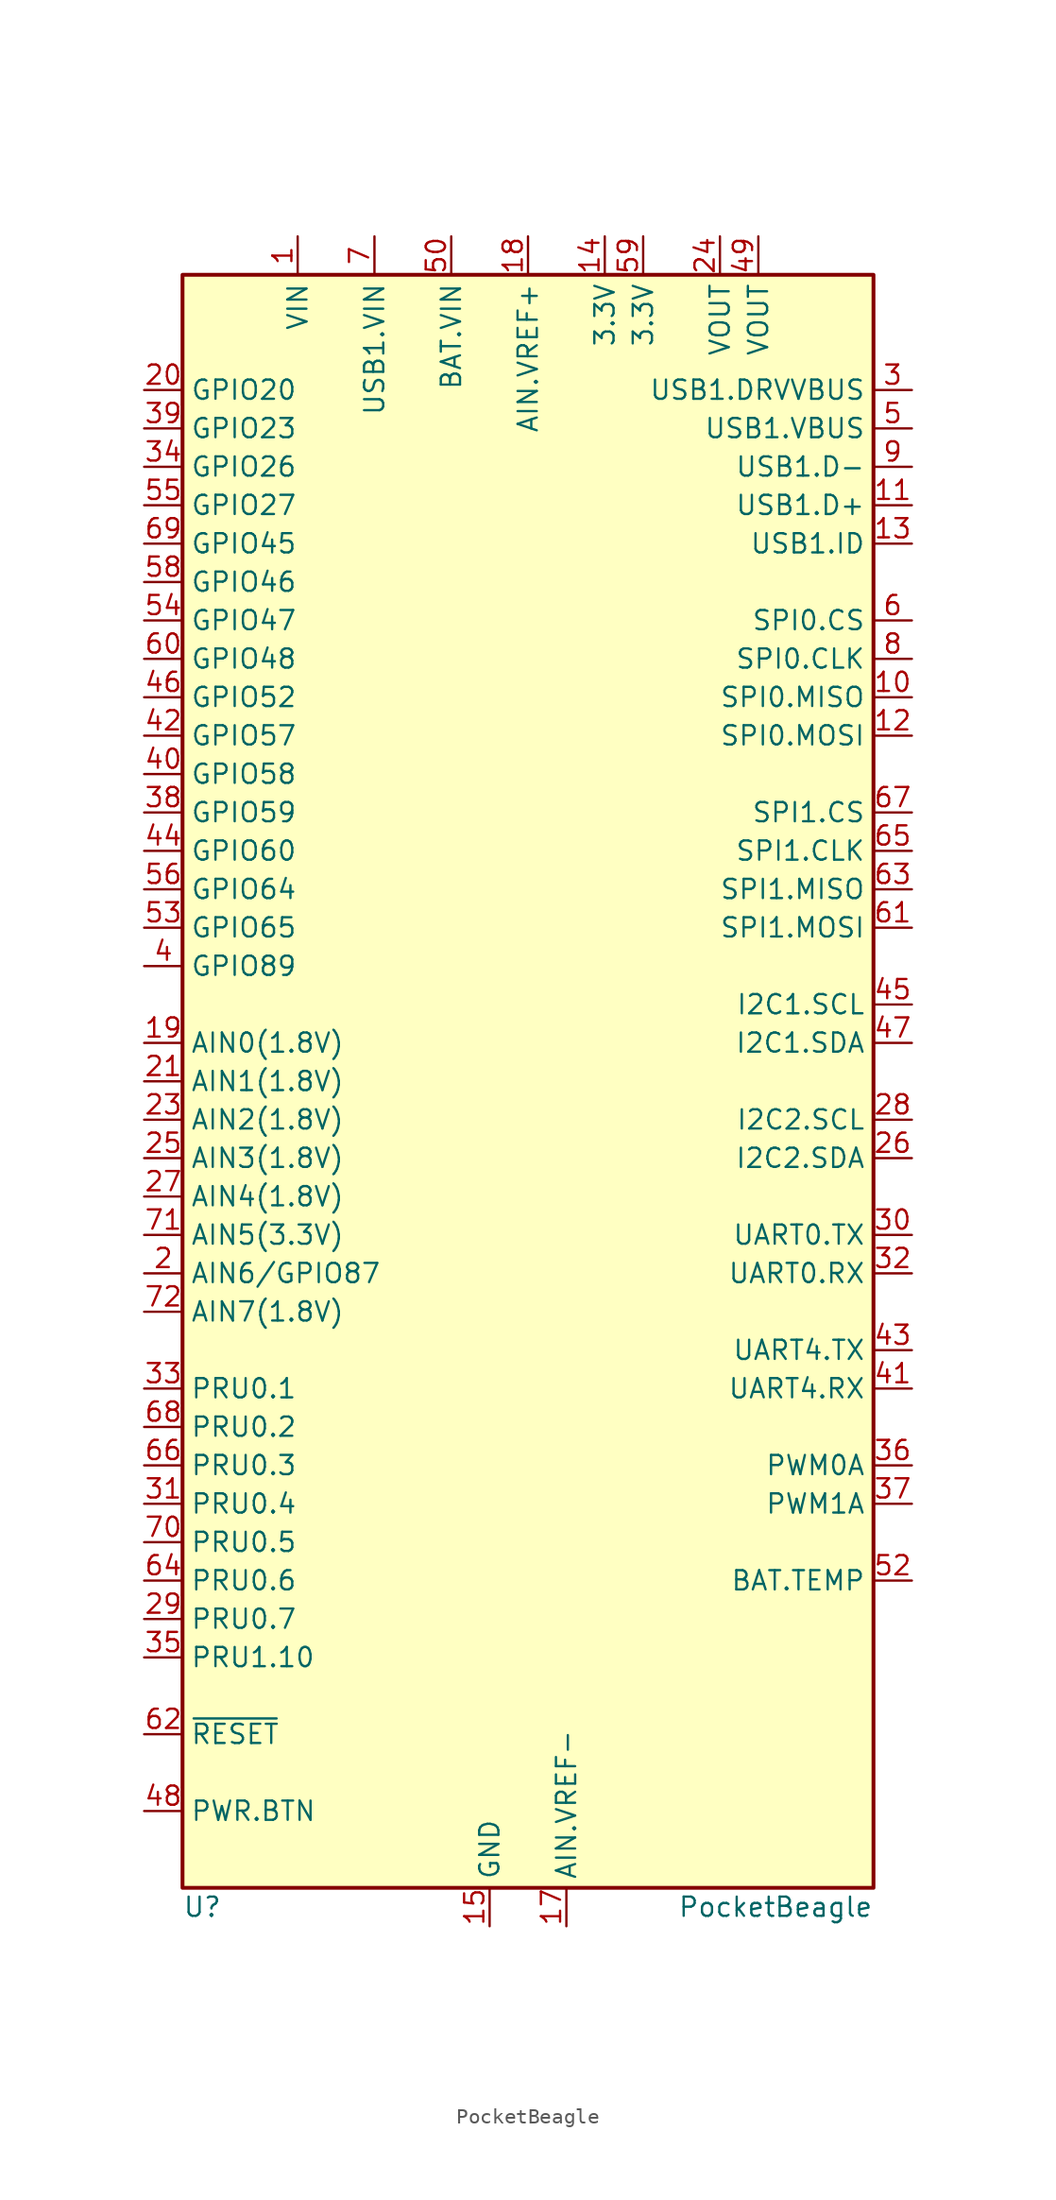
<source format=kicad_sym>
(kicad_symbol_lib
  (version 20201005)
  (generator kicad_symbol_editor)
  (symbol "MCU_Module:PocketBeagle"
    (property "Reference" "U"
      (at -22.86 -54.61 0)
      (effects (font (size 1.27 1.27)) (justify left)))
    (property "Value" "PocketBeagle"
      (at 22.86 -54.61 0)
      (effects (font (size 1.27 1.27)) (justify right)))
    (symbol "PocketBeagle_0_1"
      (rectangle (start -22.86 53.34) (end 22.86 -53.34) (stroke (width 0.254)) (fill (type background))))
    (symbol "PocketBeagle_1_1"
      (pin power_in line (at -15.24 55.88 270) (length 2.54) (name "VIN" (effects (font (size 1.27 1.27)))) (number "1" (effects (font (size 1.27 1.27)))))
      (pin bidirectional line (at 25.4 25.4 180) (length 2.54) (name "SPI0.MISO" (effects (font (size 1.27 1.27)))) (number "10" (effects (font (size 1.27 1.27)))))
      (pin bidirectional line (at 25.4 38.1 180) (length 2.54) (name "USB1.D+" (effects (font (size 1.27 1.27)))) (number "11" (effects (font (size 1.27 1.27)))))
      (pin bidirectional line (at 25.4 22.86 180) (length 2.54) (name "SPI0.MOSI" (effects (font (size 1.27 1.27)))) (number "12" (effects (font (size 1.27 1.27)))))
      (pin input line (at 25.4 35.56 180) (length 2.54) (name "USB1.ID" (effects (font (size 1.27 1.27)))) (number "13" (effects (font (size 1.27 1.27)))))
      (pin power_out line (at 5.08 55.88 270) (length 2.54) (name "3.3V" (effects (font (size 1.27 1.27)))) (number "14" (effects (font (size 1.27 1.27)))))
      (pin power_in line (at -2.54 -55.88 90) (length 2.54) (name "GND" (effects (font (size 1.27 1.27)))) (number "15" (effects (font (size 1.27 1.27)))))
      (pin passive line (at -2.54 -55.88 90) (length 2.54) hide (name "GND" (effects (font (size 1.27 1.27)))) (number "16" (effects (font (size 1.27 1.27)))))
      (pin power_in line (at 2.54 -55.88 90) (length 2.54) (name "AIN.VREF-" (effects (font (size 1.27 1.27)))) (number "17" (effects (font (size 1.27 1.27)))))
      (pin power_in line (at 0 55.88 270) (length 2.54) (name "AIN.VREF+" (effects (font (size 1.27 1.27)))) (number "18" (effects (font (size 1.27 1.27)))))
      (pin input line (at -25.4 2.54 0) (length 2.54) (name "AIN0(1.8V)" (effects (font (size 1.27 1.27)))) (number "19" (effects (font (size 1.27 1.27)))))
      (pin bidirectional line (at -25.4 -12.7 0) (length 2.54) (name "AIN6/GPIO87" (effects (font (size 1.27 1.27)))) (number "2" (effects (font (size 1.27 1.27)))))
      (pin bidirectional line (at -25.4 45.72 0) (length 2.54) (name "GPIO20" (effects (font (size 1.27 1.27)))) (number "20" (effects (font (size 1.27 1.27)))))
      (pin input line (at -25.4 0 0) (length 2.54) (name "AIN1(1.8V)" (effects (font (size 1.27 1.27)))) (number "21" (effects (font (size 1.27 1.27)))))
      (pin passive line (at -2.54 -55.88 90) (length 2.54) hide (name "GND" (effects (font (size 1.27 1.27)))) (number "22" (effects (font (size 1.27 1.27)))))
      (pin input line (at -25.4 -2.54 0) (length 2.54) (name "AIN2(1.8V)" (effects (font (size 1.27 1.27)))) (number "23" (effects (font (size 1.27 1.27)))))
      (pin power_out line (at 12.7 55.88 270) (length 2.54) (name "VOUT" (effects (font (size 1.27 1.27)))) (number "24" (effects (font (size 1.27 1.27)))))
      (pin input line (at -25.4 -5.08 0) (length 2.54) (name "AIN3(1.8V)" (effects (font (size 1.27 1.27)))) (number "25" (effects (font (size 1.27 1.27)))))
      (pin bidirectional line (at 25.4 -5.08 180) (length 2.54) (name "I2C2.SDA" (effects (font (size 1.27 1.27)))) (number "26" (effects (font (size 1.27 1.27)))))
      (pin input line (at -25.4 -7.62 0) (length 2.54) (name "AIN4(1.8V)" (effects (font (size 1.27 1.27)))) (number "27" (effects (font (size 1.27 1.27)))))
      (pin bidirectional line (at 25.4 -2.54 180) (length 2.54) (name "I2C2.SCL" (effects (font (size 1.27 1.27)))) (number "28" (effects (font (size 1.27 1.27)))))
      (pin bidirectional line (at -25.4 -35.56 0) (length 2.54) (name "PRU0.7" (effects (font (size 1.27 1.27)))) (number "29" (effects (font (size 1.27 1.27)))))
      (pin output line (at 25.4 45.72 180) (length 2.54) (name "USB1.DRVVBUS" (effects (font (size 1.27 1.27)))) (number "3" (effects (font (size 1.27 1.27)))))
      (pin bidirectional line (at 25.4 -10.16 180) (length 2.54) (name "UART0.TX" (effects (font (size 1.27 1.27)))) (number "30" (effects (font (size 1.27 1.27)))))
      (pin bidirectional line (at -25.4 -27.94 0) (length 2.54) (name "PRU0.4" (effects (font (size 1.27 1.27)))) (number "31" (effects (font (size 1.27 1.27)))))
      (pin bidirectional line (at 25.4 -12.7 180) (length 2.54) (name "UART0.RX" (effects (font (size 1.27 1.27)))) (number "32" (effects (font (size 1.27 1.27)))))
      (pin bidirectional line (at -25.4 -20.32 0) (length 2.54) (name "PRU0.1" (effects (font (size 1.27 1.27)))) (number "33" (effects (font (size 1.27 1.27)))))
      (pin bidirectional line (at -25.4 40.64 0) (length 2.54) (name "GPIO26" (effects (font (size 1.27 1.27)))) (number "34" (effects (font (size 1.27 1.27)))))
      (pin bidirectional line (at -25.4 -38.1 0) (length 2.54) (name "PRU1.10" (effects (font (size 1.27 1.27)))) (number "35" (effects (font (size 1.27 1.27)))))
      (pin bidirectional line (at 25.4 -25.4 180) (length 2.54) (name "PWM0A" (effects (font (size 1.27 1.27)))) (number "36" (effects (font (size 1.27 1.27)))))
      (pin bidirectional line (at 25.4 -27.94 180) (length 2.54) (name "PWM1A" (effects (font (size 1.27 1.27)))) (number "37" (effects (font (size 1.27 1.27)))))
      (pin bidirectional line (at -25.4 17.78 0) (length 2.54) (name "GPIO59" (effects (font (size 1.27 1.27)))) (number "38" (effects (font (size 1.27 1.27)))))
      (pin bidirectional line (at -25.4 43.18 0) (length 2.54) (name "GPIO23" (effects (font (size 1.27 1.27)))) (number "39" (effects (font (size 1.27 1.27)))))
      (pin bidirectional line (at -25.4 7.62 0) (length 2.54) (name "GPIO89" (effects (font (size 1.27 1.27)))) (number "4" (effects (font (size 1.27 1.27)))))
      (pin bidirectional line (at -25.4 20.32 0) (length 2.54) (name "GPIO58" (effects (font (size 1.27 1.27)))) (number "40" (effects (font (size 1.27 1.27)))))
      (pin bidirectional line (at 25.4 -20.32 180) (length 2.54) (name "UART4.RX" (effects (font (size 1.27 1.27)))) (number "41" (effects (font (size 1.27 1.27)))))
      (pin bidirectional line (at -25.4 22.86 0) (length 2.54) (name "GPIO57" (effects (font (size 1.27 1.27)))) (number "42" (effects (font (size 1.27 1.27)))))
      (pin bidirectional line (at 25.4 -17.78 180) (length 2.54) (name "UART4.TX" (effects (font (size 1.27 1.27)))) (number "43" (effects (font (size 1.27 1.27)))))
      (pin bidirectional line (at -25.4 15.24 0) (length 2.54) (name "GPIO60" (effects (font (size 1.27 1.27)))) (number "44" (effects (font (size 1.27 1.27)))))
      (pin bidirectional line (at 25.4 5.08 180) (length 2.54) (name "I2C1.SCL" (effects (font (size 1.27 1.27)))) (number "45" (effects (font (size 1.27 1.27)))))
      (pin bidirectional line (at -25.4 25.4 0) (length 2.54) (name "GPIO52" (effects (font (size 1.27 1.27)))) (number "46" (effects (font (size 1.27 1.27)))))
      (pin bidirectional line (at 25.4 2.54 180) (length 2.54) (name "I2C1.SDA" (effects (font (size 1.27 1.27)))) (number "47" (effects (font (size 1.27 1.27)))))
      (pin input line (at -25.4 -48.26 0) (length 2.54) (name "PWR.BTN" (effects (font (size 1.27 1.27)))) (number "48" (effects (font (size 1.27 1.27)))))
      (pin power_out line (at 15.24 55.88 270) (length 2.54) (name "VOUT" (effects (font (size 1.27 1.27)))) (number "49" (effects (font (size 1.27 1.27)))))
      (pin input line (at 25.4 43.18 180) (length 2.54) (name "USB1.VBUS" (effects (font (size 1.27 1.27)))) (number "5" (effects (font (size 1.27 1.27)))))
      (pin power_in line (at -5.08 55.88 270) (length 2.54) (name "BAT.VIN" (effects (font (size 1.27 1.27)))) (number "50" (effects (font (size 1.27 1.27)))))
      (pin passive line (at -2.54 -55.88 90) (length 2.54) hide (name "GND" (effects (font (size 1.27 1.27)))) (number "51" (effects (font (size 1.27 1.27)))))
      (pin passive line (at 25.4 -33.02 180) (length 2.54) (name "BAT.TEMP" (effects (font (size 1.27 1.27)))) (number "52" (effects (font (size 1.27 1.27)))))
      (pin bidirectional line (at -25.4 10.16 0) (length 2.54) (name "GPIO65" (effects (font (size 1.27 1.27)))) (number "53" (effects (font (size 1.27 1.27)))))
      (pin bidirectional line (at -25.4 30.48 0) (length 2.54) (name "GPIO47" (effects (font (size 1.27 1.27)))) (number "54" (effects (font (size 1.27 1.27)))))
      (pin bidirectional line (at -25.4 38.1 0) (length 2.54) (name "GPIO27" (effects (font (size 1.27 1.27)))) (number "55" (effects (font (size 1.27 1.27)))))
      (pin bidirectional line (at -25.4 12.7 0) (length 2.54) (name "GPIO64" (effects (font (size 1.27 1.27)))) (number "56" (effects (font (size 1.27 1.27)))))
      (pin passive line (at -2.54 -55.88 90) (length 2.54) hide (name "GND" (effects (font (size 1.27 1.27)))) (number "57" (effects (font (size 1.27 1.27)))))
      (pin bidirectional line (at -25.4 33.02 0) (length 2.54) (name "GPIO46" (effects (font (size 1.27 1.27)))) (number "58" (effects (font (size 1.27 1.27)))))
      (pin power_out line (at 7.62 55.88 270) (length 2.54) (name "3.3V" (effects (font (size 1.27 1.27)))) (number "59" (effects (font (size 1.27 1.27)))))
      (pin bidirectional line (at 25.4 30.48 180) (length 2.54) (name "SPI0.CS" (effects (font (size 1.27 1.27)))) (number "6" (effects (font (size 1.27 1.27)))))
      (pin bidirectional line (at -25.4 27.94 0) (length 2.54) (name "GPIO48" (effects (font (size 1.27 1.27)))) (number "60" (effects (font (size 1.27 1.27)))))
      (pin bidirectional line (at 25.4 10.16 180) (length 2.54) (name "SPI1.MOSI" (effects (font (size 1.27 1.27)))) (number "61" (effects (font (size 1.27 1.27)))))
      (pin input line (at -25.4 -43.18 0) (length 2.54) (name "~RESET" (effects (font (size 1.27 1.27)))) (number "62" (effects (font (size 1.27 1.27)))))
      (pin bidirectional line (at 25.4 12.7 180) (length 2.54) (name "SPI1.MISO" (effects (font (size 1.27 1.27)))) (number "63" (effects (font (size 1.27 1.27)))))
      (pin bidirectional line (at -25.4 -33.02 0) (length 2.54) (name "PRU0.6" (effects (font (size 1.27 1.27)))) (number "64" (effects (font (size 1.27 1.27)))))
      (pin bidirectional line (at 25.4 15.24 180) (length 2.54) (name "SPI1.CLK" (effects (font (size 1.27 1.27)))) (number "65" (effects (font (size 1.27 1.27)))))
      (pin bidirectional line (at -25.4 -25.4 0) (length 2.54) (name "PRU0.3" (effects (font (size 1.27 1.27)))) (number "66" (effects (font (size 1.27 1.27)))))
      (pin bidirectional line (at 25.4 17.78 180) (length 2.54) (name "SPI1.CS" (effects (font (size 1.27 1.27)))) (number "67" (effects (font (size 1.27 1.27)))))
      (pin bidirectional line (at -25.4 -22.86 0) (length 2.54) (name "PRU0.2" (effects (font (size 1.27 1.27)))) (number "68" (effects (font (size 1.27 1.27)))))
      (pin bidirectional line (at -25.4 35.56 0) (length 2.54) (name "GPIO45" (effects (font (size 1.27 1.27)))) (number "69" (effects (font (size 1.27 1.27)))))
      (pin power_in line (at -10.16 55.88 270) (length 2.54) (name "USB1.VIN" (effects (font (size 1.27 1.27)))) (number "7" (effects (font (size 1.27 1.27)))))
      (pin bidirectional line (at -25.4 -30.48 0) (length 2.54) (name "PRU0.5" (effects (font (size 1.27 1.27)))) (number "70" (effects (font (size 1.27 1.27)))))
      (pin input line (at -25.4 -10.16 0) (length 2.54) (name "AIN5(3.3V)" (effects (font (size 1.27 1.27)))) (number "71" (effects (font (size 1.27 1.27)))))
      (pin input line (at -25.4 -15.24 0) (length 2.54) (name "AIN7(1.8V)" (effects (font (size 1.27 1.27)))) (number "72" (effects (font (size 1.27 1.27)))))
      (pin bidirectional line (at 25.4 27.94 180) (length 2.54) (name "SPI0.CLK" (effects (font (size 1.27 1.27)))) (number "8" (effects (font (size 1.27 1.27)))))
      (pin bidirectional line (at 25.4 40.64 180) (length 2.54) (name "USB1.D-" (effects (font (size 1.27 1.27)))) (number "9" (effects (font (size 1.27 1.27))))))))
</source>
